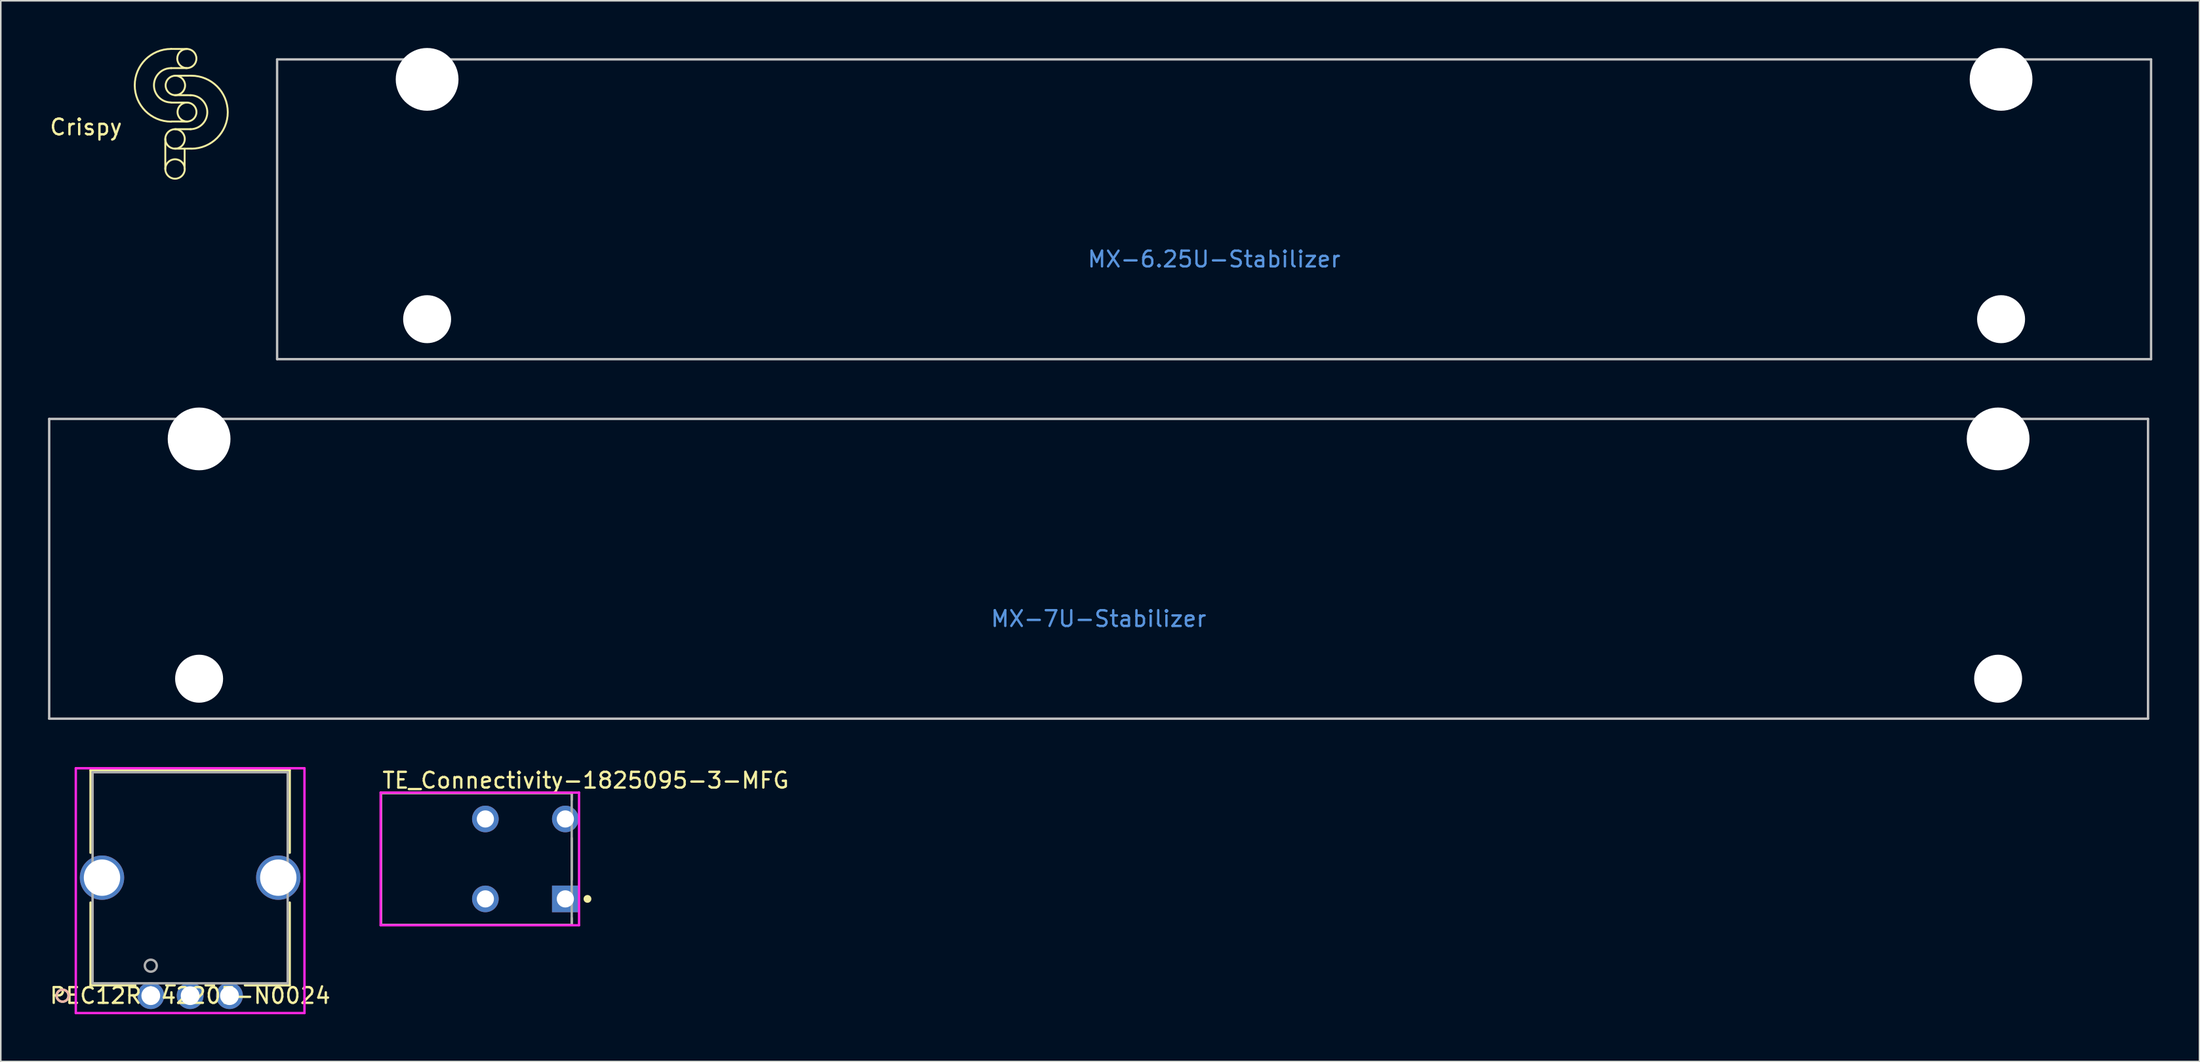
<source format=kicad_pcb>
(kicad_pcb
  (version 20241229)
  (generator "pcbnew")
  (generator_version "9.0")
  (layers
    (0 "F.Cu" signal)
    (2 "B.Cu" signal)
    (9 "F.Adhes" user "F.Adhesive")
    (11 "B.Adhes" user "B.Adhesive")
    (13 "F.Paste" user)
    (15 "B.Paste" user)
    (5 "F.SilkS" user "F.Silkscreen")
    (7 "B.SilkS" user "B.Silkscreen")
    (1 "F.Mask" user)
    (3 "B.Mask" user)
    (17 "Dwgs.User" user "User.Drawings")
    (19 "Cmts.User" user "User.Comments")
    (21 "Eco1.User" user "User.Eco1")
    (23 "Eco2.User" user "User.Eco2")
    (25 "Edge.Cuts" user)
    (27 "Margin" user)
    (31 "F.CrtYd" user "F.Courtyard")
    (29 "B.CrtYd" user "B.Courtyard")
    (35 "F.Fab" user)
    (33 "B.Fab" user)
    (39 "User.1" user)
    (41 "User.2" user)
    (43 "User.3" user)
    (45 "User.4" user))
  (footprint "PEC12R-4220F-N0024"
    (layer "F.Cu")
    (at 6.53 60.227)
    (property "Reference" "PEC12R-4220F-N0024" (at 2.5 0 0) (layer "F.SilkS") (effects (font (size 1 1) (thickness 0.15))))
    (attr through_hole)
    (fp_line (start -3.825 -14.326) (end -3.825 -9.085) (stroke (width 0.152) (type solid)) (layer "F.SilkS"))
    (fp_line (start -3.825 -5.915) (end -3.825 -0.66) (stroke (width 0.152) (type solid)) (layer "F.SilkS"))
    (fp_line (start -3.825 -0.66) (end -0.982 -0.66) (stroke (width 0.152) (type solid)) (layer "F.SilkS"))
    (fp_line (start 0.982 -0.66) (end 1.518 -0.66) (stroke (width 0.152) (type solid)) (layer "F.SilkS"))
    (fp_line (start 3.482 -0.66) (end 4.018 -0.66) (stroke (width 0.152) (type solid)) (layer "F.SilkS"))
    (fp_line (start 5.982 -0.66) (end 8.825 -0.66) (stroke (width 0.152) (type solid)) (layer "F.SilkS"))
    (fp_line (start 8.825 -14.326) (end -3.825 -14.326) (stroke (width 0.152) (type solid)) (layer "F.SilkS"))
    (fp_line (start 8.825 -9.085) (end 8.825 -14.326) (stroke (width 0.152) (type solid)) (layer "F.SilkS"))
    (fp_line (start 8.825 -0.66) (end 8.825 -5.915) (stroke (width 0.152) (type solid)) (layer "F.SilkS"))
    (fp_circle (center -5.603 0) (end -5.222 0) (stroke (width 0.152) (type solid)) (fill no) (layer "F.SilkS"))
    (fp_circle (center -5.603 0) (end -5.222 0) (stroke (width 0.152) (type solid)) (fill no) (layer "B.SilkS"))
    (fp_line (start -4.764 -14.453) (end -4.764 1.105) (stroke (width 0.152) (type solid)) (layer "F.CrtYd"))
    (fp_line (start -4.764 1.105) (end 9.764 1.105) (stroke (width 0.152) (type solid)) (layer "F.CrtYd"))
    (fp_line (start 9.764 -14.453) (end -4.764 -14.453) (stroke (width 0.152) (type solid)) (layer "F.CrtYd"))
    (fp_line (start 9.764 1.105) (end 9.764 -14.453) (stroke (width 0.152) (type solid)) (layer "F.CrtYd"))
    (fp_line (start -3.698 -14.199) (end -3.698 -0.787) (stroke (width 0.152) (type solid)) (layer "F.Fab"))
    (fp_line (start -3.698 -0.787) (end 8.698 -0.787) (stroke (width 0.152) (type solid)) (layer "F.Fab"))
    (fp_line (start 8.698 -14.199) (end -3.698 -14.199) (stroke (width 0.152) (type solid)) (layer "F.Fab"))
    (fp_line (start 8.698 -0.787) (end 8.698 -14.199) (stroke (width 0.152) (type solid)) (layer "F.Fab"))
    (fp_circle (center 0 -1.905) (end 0.381 -1.905) (stroke (width 0.152) (type solid)) (fill no) (layer "F.Fab"))
    (fp_text user "*" (at 0 0 0) (layer "F.SilkS") (effects (font (size 1 1) (thickness 0.15))))
    (fp_text user "Copyright 2016 Accelerated Designs. All rights reserved." (at 0 0 0) (layer "Cmts.User") (effects (font (size 0.127 0.127) (thickness 0.002))))
    (fp_text user "*" (at 0 0 0) (layer "F.Fab") (effects (font (size 1 1) (thickness 0.15))))
    (pad "4" thru_hole circle (at -3.1 -7.5 90) (size 2.819 2.819) (drill 2.311) (layers "*.Cu" "*.Mask"))
    (pad "5" thru_hole circle (at 8.1 -7.5 90) (size 2.819 2.819) (drill 2.311) (layers "*.Cu" "*.Mask"))
    (pad "A" thru_hole circle (at 0 0) (size 1.702 1.702) (drill 1.194) (layers "*.Cu" "*.Mask"))
    (pad "B" thru_hole circle (at 5 0) (size 1.702 1.702) (drill 1.194) (layers "*.Cu" "*.Mask"))
    (pad "C" thru_hole circle (at 2.5 0) (size 1.702 1.702) (drill 1.194) (layers "*.Cu" "*.Mask")))
  (footprint "TE_Connectivity-1825095-3-MFG"
    (layer "F.Cu")
    (at 27.217 51.537)
    (property "Reference" "TE_Connectivity-1825095-3-MFG" (at -6.058 -4.991 0) (layer "F.SilkS") (effects (font (size 1 1) (thickness 0.15)) (justify left)))
    (attr through_hole)
    (fp_line (start -6.058 -4.191) (end 6.058 -4.191) (stroke (width 0.15) (type solid)) (layer "F.SilkS"))
    (fp_line (start -6.058 4.191) (end -6.058 -4.191) (stroke (width 0.15) (type solid)) (layer "F.SilkS"))
    (fp_line (start -6.058 4.191) (end 6.058 4.191) (stroke (width 0.15) (type solid)) (layer "F.SilkS"))
    (fp_line (start 6.058 -3.761) (end 6.058 -4.191) (stroke (width 0.15) (type solid)) (layer "F.SilkS"))
    (fp_line (start 6.058 1.319) (end 6.058 -1.319) (stroke (width 0.15) (type solid)) (layer "F.SilkS"))
    (fp_line (start 6.058 4.191) (end 6.058 3.761) (stroke (width 0.15) (type solid)) (layer "F.SilkS"))
    (fp_circle (center 7.058 2.54) (end 7.183 2.54) (stroke (width 0.25) (type solid)) (fill no) (layer "F.SilkS"))
    (fp_line (start -6.083 -4.216) (end -6.083 4.216) (stroke (width 0.15) (type solid)) (layer "F.CrtYd"))
    (fp_line (start -6.083 4.216) (end 6.522 4.216) (stroke (width 0.15) (type solid)) (layer "F.CrtYd"))
    (fp_line (start 6.522 -4.216) (end -6.083 -4.216) (stroke (width 0.15) (type solid)) (layer "F.CrtYd"))
    (fp_line (start 6.522 -4.216) (end 6.522 -4.216) (stroke (width 0.15) (type solid)) (layer "F.CrtYd"))
    (fp_line (start 6.522 4.216) (end 6.522 -4.216) (stroke (width 0.15) (type solid)) (layer "F.CrtYd"))
    (fp_line (start -6.058 -4.191) (end 6.058 -4.191) (stroke (width 0.15) (type solid)) (layer "F.Fab"))
    (fp_line (start -6.058 4.191) (end -6.058 -4.191) (stroke (width 0.15) (type solid)) (layer "F.Fab"))
    (fp_line (start 6.058 -4.191) (end 6.058 4.191) (stroke (width 0.15) (type solid)) (layer "F.Fab"))
    (fp_line (start 6.058 4.191) (end -6.058 4.191) (stroke (width 0.15) (type solid)) (layer "F.Fab"))
    (pad "1" thru_hole rect (at 5.651 2.54) (size 1.692 1.692) (drill 1.092) (layers "*.Cu"))
    (pad "3" thru_hole circle (at 5.651 -2.54) (size 1.692 1.692) (drill 1.092) (layers "*.Cu"))
    (pad "4" thru_hole circle (at 0.571 2.54) (size 1.692 1.692) (drill 1.092) (layers "*.Cu"))
    (pad "5" thru_hole circle (at 0.571 -2.54) (size 1.692 1.692) (drill 1.092) (layers "*.Cu")))
  (footprint "MX-6.25U-Stabilizer"
    (layer "F.Cu")
    (at 74.087 10.249)
    (property "Reference" "MX-6.25U-Stabilizer" (at 0 3.175 0) (layer "Cmts.User") (effects (font (size 1 1) (thickness 0.15))))
    (attr through_hole)
    (fp_line (start -59.531 -9.525) (end 59.531 -9.525) (stroke (width 0.15) (type solid)) (layer "Dwgs.User"))
    (fp_line (start -59.531 9.525) (end -59.531 -9.525) (stroke (width 0.15) (type solid)) (layer "Dwgs.User"))
    (fp_line (start -59.531 9.525) (end 59.531 9.525) (stroke (width 0.15) (type solid)) (layer "Dwgs.User"))
    (fp_line (start 59.531 -9.525) (end 59.531 9.525) (stroke (width 0.15) (type solid)) (layer "Dwgs.User"))
    (pad "" np_thru_hole circle (at -50 -8.255) (size 3.988 3.988) (drill 3.988) (layers "*.Cu" "*.Mask"))
    (pad "" np_thru_hole circle (at -50 6.985) (size 3.048 3.048) (drill 3.048) (layers "*.Cu" "*.Mask"))
    (pad "" np_thru_hole circle (at 50 -8.255) (size 3.988 3.988) (drill 3.988) (layers "*.Cu" "*.Mask"))
    (pad "" np_thru_hole circle (at 50 6.985) (size 3.048 3.048) (drill 3.048) (layers "*.Cu" "*.Mask")))
  (footprint "MX-7U-Stabilizer"
    (layer "F.Cu")
    (at 66.75 33.098)
    (property "Reference" "MX-7U-Stabilizer" (at 0 3.175 0) (layer "Cmts.User") (effects (font (size 1 1) (thickness 0.15))))
    (attr through_hole)
    (fp_line (start -66.675 -9.525) (end 66.675 -9.525) (stroke (width 0.15) (type solid)) (layer "Dwgs.User"))
    (fp_line (start -66.675 9.525) (end -66.675 -9.525) (stroke (width 0.15) (type solid)) (layer "Dwgs.User"))
    (fp_line (start -66.675 9.525) (end 66.675 9.525) (stroke (width 0.15) (type solid)) (layer "Dwgs.User"))
    (fp_line (start 66.675 -9.525) (end 66.675 9.525) (stroke (width 0.15) (type solid)) (layer "Dwgs.User"))
    (pad "" np_thru_hole circle (at -57.15 -8.255) (size 3.988 3.988) (drill 3.988) (layers "*.Cu" "*.Mask"))
    (pad "" np_thru_hole circle (at -57.15 6.985) (size 3.048 3.048) (drill 3.048) (layers "*.Cu" "*.Mask"))
    (pad "" np_thru_hole circle (at 57.15 -8.255) (size 3.988 3.988) (drill 3.988) (layers "*.Cu" "*.Mask"))
    (pad "" np_thru_hole circle (at 57.15 6.985) (size 3.048 3.048) (drill 3.048) (layers "*.Cu" "*.Mask")))
  (footprint "Crispy"
    (layer "F.Cu")
    (at 8.821 7.67)
    (property "Reference" "Crispy" (at -6.41 -2.64 0) (layer "F.SilkS") (effects (font (size 1 1) (thickness 0.15))))
    (attr through_hole)
    (fp_line (start -1.368 -1.89) (end -1.368 0.02) (stroke (width 0.12) (type solid)) (layer "F.SilkS"))
    (fp_line (start -0.75 -5.908) (end 0.25 -5.91) (stroke (width 0.12) (type solid)) (layer "F.SilkS"))
    (fp_line (start -0.75 -4.672) (end 0.25 -4.67) (stroke (width 0.12) (type solid)) (layer "F.SilkS"))
    (fp_line (start -0.75 -2.51) (end 0.26 -2.51) (stroke (width 0.12) (type solid)) (layer "F.SilkS"))
    (fp_line (start -0.75 -1.272) (end 0.25 -1.274) (stroke (width 0.12) (type solid)) (layer "F.SilkS"))
    (fp_line (start -0.14 0) (end -0.14 -1.26) (stroke (width 0.12) (type solid)) (layer "F.SilkS"))
    (fp_line (start 0 -7.608) (end -1 -7.61) (stroke (width 0.12) (type solid)) (layer "F.SilkS"))
    (fp_line (start 0 -6.392) (end -1 -6.39) (stroke (width 0.12) (type solid)) (layer "F.SilkS"))
    (fp_line (start 0.01 -4.202) (end -0.99 -4.2) (stroke (width 0.12) (type solid)) (layer "F.SilkS"))
    (fp_line (start 0.01 -2.998) (end -0.99 -3) (stroke (width 0.12) (type solid)) (layer "F.SilkS"))
    (fp_arc (start -1 -4.21) (mid -2.09 -5.3) (end -1 -6.39) (stroke (width 0.12) (type solid)) (layer "F.SilkS"))
    (fp_arc (start -1 -2.99) (mid -3.31 -5.3) (end -1 -7.61) (stroke (width 0.12) (type solid)) (layer "F.SilkS"))
    (fp_arc (start 0.22 -4.67) (mid 1.3 -3.59) (end 0.22 -2.51) (stroke (width 0.12) (type solid)) (layer "F.SilkS"))
    (fp_arc (start 0.28 -5.91) (mid 2.6 -3.59) (end 0.28 -1.27) (stroke (width 0.12) (type solid)) (layer "F.SilkS"))
    (fp_circle (center -0.75 -1.89) (end -0.15 -1.74) (stroke (width 0.12) (type solid)) (fill no) (layer "F.SilkS"))
    (fp_circle (center -0.75 0.02) (end -0.14 0.12) (stroke (width 0.12) (type solid)) (fill no) (layer "F.SilkS"))
    (fp_circle (center -0.73 -5.29) (end -0.13 -5.14) (stroke (width 0.12) (type solid)) (fill no) (layer "F.SilkS"))
    (fp_circle (center 0 -7) (end 0.6 -6.9) (stroke (width 0.12) (type solid)) (fill no) (layer "F.SilkS"))
    (fp_circle (center 0.01 -3.6) (end 0.61 -3.55) (stroke (width 0.12) (type solid)) (fill no) (layer "F.SilkS")))
  (gr_rect
    (start -3 -3)
    (end 136.693 64.408)
    (stroke (width 0.1) (type default))
    (fill no)
    (layer "Edge.Cuts")))
</source>
